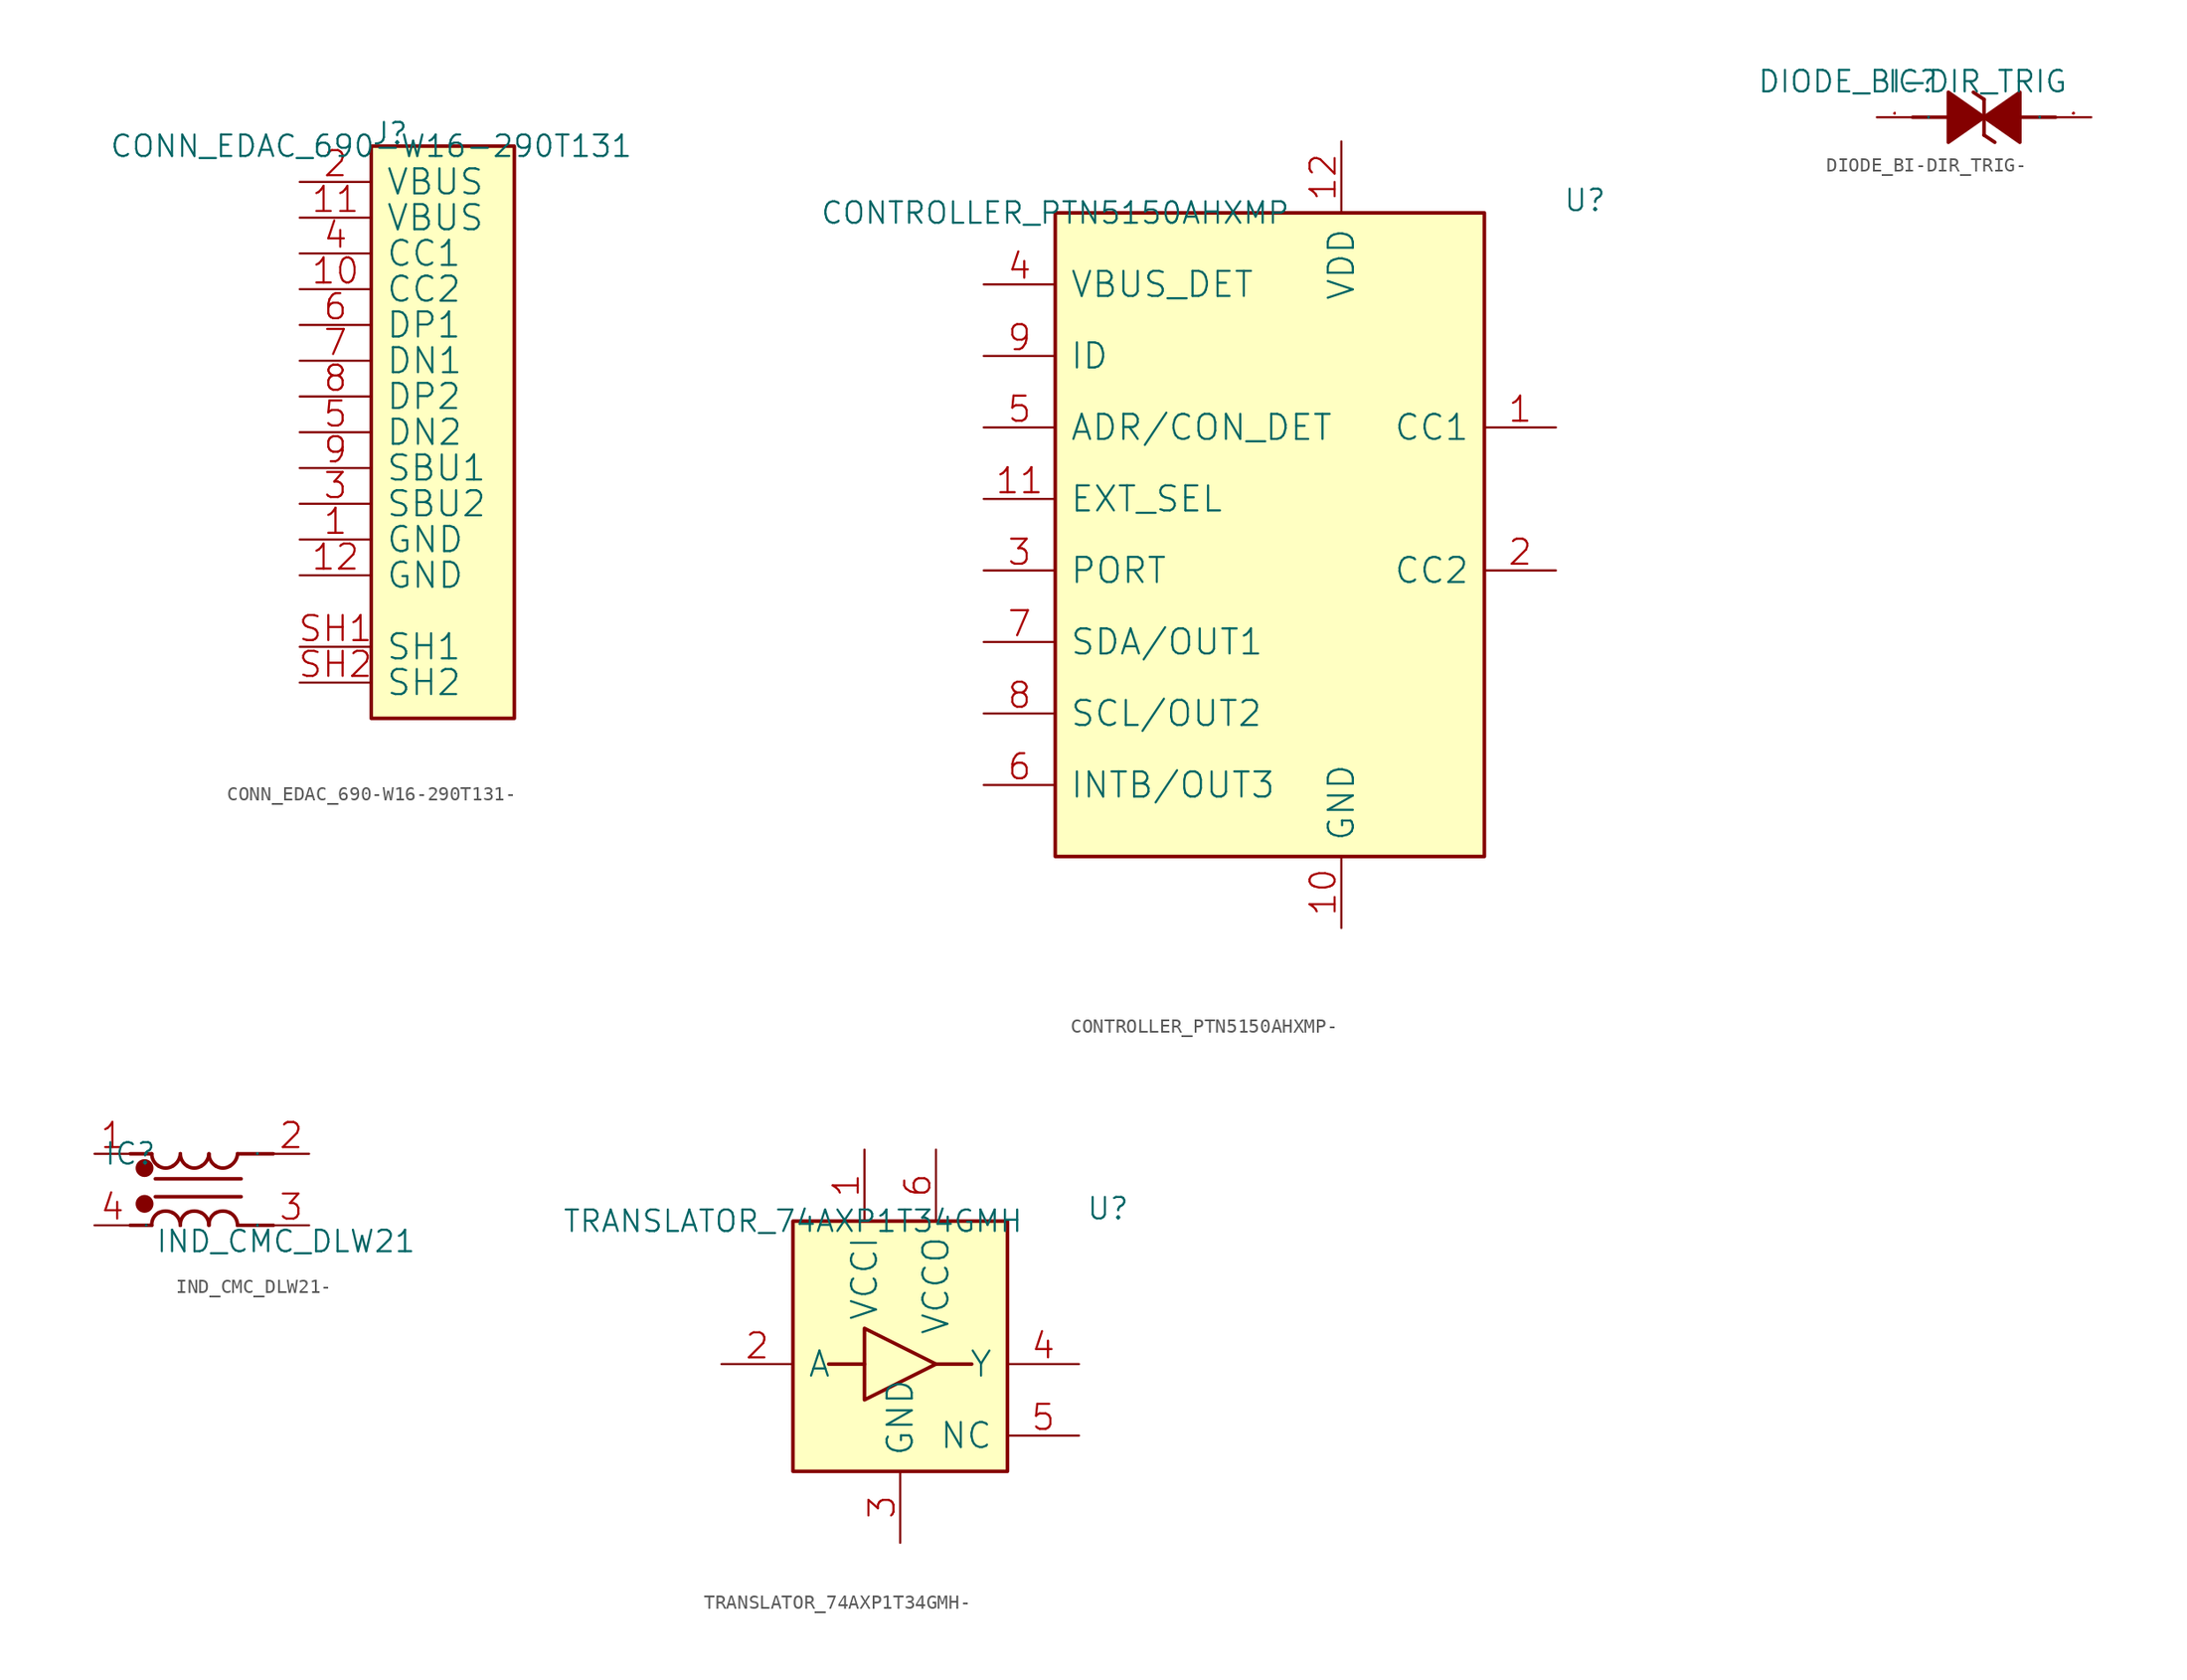
<source format=kicad_sym>
(kicad_symbol_lib
  (version 20220914)
  (generator kicad_symbol_editor)
  (symbol "CONN_EDAC_690-W16-290T131-"
    (pin_names
      (offset 1.016))
    (property "Reference" "J"
      (at 0 0 0)
      (effects (font (size 1.524 1.524)) (justify left bottom)))
    (property "Value" "CONN_EDAC_690-W16-290T131"
      (at 0 0 0)
      (effects (font (size 1.524 1.524))))
    (property "Footprint" ""
      (at 0 0 0)
      (effects (font (size 1.524 1.524))))
    (property "Datasheet" ""
      (at 0 0 0)
      (effects (font (size 1.524 1.524))))
    (symbol "CONN_EDAC_690-W16-290T131-_0_1"
      (rectangle (start 0 -40.64) (end 10.16 0) (stroke (width 0.254) (type solid)) (fill (type background)))
      (pin power_in line (at -5.08 -27.94 0) (length 5.08) (name "GND" (effects (font (size 1.778 1.778)))) (number "1" (effects (font (size 1.778 1.778)))))
      (pin passive line (at -5.08 -10.16 0) (length 5.08) (name "CC2" (effects (font (size 1.778 1.778)))) (number "10" (effects (font (size 1.778 1.778)))))
      (pin power_in line (at -5.08 -5.08 0) (length 5.08) (name "VBUS" (effects (font (size 1.778 1.778)))) (number "11" (effects (font (size 1.778 1.778)))))
      (pin power_in line (at -5.08 -30.48 0) (length 5.08) (name "GND" (effects (font (size 1.778 1.778)))) (number "12" (effects (font (size 1.778 1.778)))))
      (pin power_in line (at -5.08 -2.54 0) (length 5.08) (name "VBUS" (effects (font (size 1.778 1.778)))) (number "2" (effects (font (size 1.778 1.778)))))
      (pin passive line (at -5.08 -25.4 0) (length 5.08) (name "SBU2" (effects (font (size 1.778 1.778)))) (number "3" (effects (font (size 1.778 1.778)))))
      (pin passive line (at -5.08 -7.62 0) (length 5.08) (name "CC1" (effects (font (size 1.778 1.778)))) (number "4" (effects (font (size 1.778 1.778)))))
      (pin passive line (at -5.08 -20.32 0) (length 5.08) (name "DN2" (effects (font (size 1.778 1.778)))) (number "5" (effects (font (size 1.778 1.778)))))
      (pin passive line (at -5.08 -12.7 0) (length 5.08) (name "DP1" (effects (font (size 1.778 1.778)))) (number "6" (effects (font (size 1.778 1.778)))))
      (pin power_in line (at -5.08 -15.24 0) (length 5.08) (name "DN1" (effects (font (size 1.778 1.778)))) (number "7" (effects (font (size 1.778 1.778)))))
      (pin power_in line (at -5.08 -17.78 0) (length 5.08) (name "DP2" (effects (font (size 1.778 1.778)))) (number "8" (effects (font (size 1.778 1.778)))))
      (pin passive line (at -5.08 -22.86 0) (length 5.08) (name "SBU1" (effects (font (size 1.778 1.778)))) (number "9" (effects (font (size 1.778 1.778)))))
      (pin passive line (at -5.08 -35.56 0) (length 5.08) (name "SH1" (effects (font (size 1.778 1.778)))) (number "SH1" (effects (font (size 1.778 1.778)))))
      (pin passive line (at -5.08 -38.1 0) (length 5.08) (name "SH2" (effects (font (size 1.778 1.778)))) (number "SH2" (effects (font (size 1.778 1.778)))))))
  (symbol "CONTROLLER_PTN5150AHXMP-"
    (pin_names
      (offset 1.016))
    (property "Reference" "U"
      (at 36.068 0 0)
      (effects (font (size 1.524 1.524)) (justify left bottom)))
    (property "Value" "CONTROLLER_PTN5150AHXMP"
      (at 0 0 0)
      (effects (font (size 1.524 1.524))))
    (property "Footprint" ""
      (at 0 0 0)
      (effects (font (size 1.524 1.524))))
    (property "Datasheet" ""
      (at 0 0 0)
      (effects (font (size 1.524 1.524))))
    (symbol "CONTROLLER_PTN5150AHXMP-_0_1"
      (rectangle (start 0 -45.72) (end 30.48 0) (stroke (width 0.254) (type solid)) (fill (type background)))
      (pin bidirectional line (at 35.56 -15.24 180) (length 5.08) (name "CC1" (effects (font (size 1.778 1.778)))) (number "1" (effects (font (size 1.778 1.778)))))
      (pin power_in line (at 20.32 -50.8 90) (length 5.08) (name "GND" (effects (font (size 1.778 1.778)))) (number "10" (effects (font (size 1.778 1.778)))))
      (pin output line (at -5.08 -20.32 0) (length 5.08) (name "EXT_SEL" (effects (font (size 1.778 1.778)))) (number "11" (effects (font (size 1.778 1.778)))))
      (pin power_in line (at 20.32 5.08 270) (length 5.08) (name "VDD" (effects (font (size 1.778 1.778)))) (number "12" (effects (font (size 1.778 1.778)))))
      (pin bidirectional line (at 35.56 -25.4 180) (length 5.08) (name "CC2" (effects (font (size 1.778 1.778)))) (number "2" (effects (font (size 1.778 1.778)))))
      (pin input line (at -5.08 -25.4 0) (length 5.08) (name "PORT" (effects (font (size 1.778 1.778)))) (number "3" (effects (font (size 1.778 1.778)))))
      (pin input line (at -5.08 -5.08 0) (length 5.08) (name "VBUS_DET" (effects (font (size 1.778 1.778)))) (number "4" (effects (font (size 1.778 1.778)))))
      (pin bidirectional line (at -5.08 -15.24 0) (length 5.08) (name "ADR/CON_DET" (effects (font (size 1.778 1.778)))) (number "5" (effects (font (size 1.778 1.778)))))
      (pin output line (at -5.08 -40.64 0) (length 5.08) (name "INTB/OUT3" (effects (font (size 1.778 1.778)))) (number "6" (effects (font (size 1.778 1.778)))))
      (pin bidirectional line (at -5.08 -30.48 0) (length 5.08) (name "SDA/OUT1" (effects (font (size 1.778 1.778)))) (number "7" (effects (font (size 1.778 1.778)))))
      (pin bidirectional line (at -5.08 -35.56 0) (length 5.08) (name "SCL/OUT2" (effects (font (size 1.778 1.778)))) (number "8" (effects (font (size 1.778 1.778)))))
      (pin output line (at -5.08 -10.16 0) (length 5.08) (name "ID" (effects (font (size 1.778 1.778)))) (number "9" (effects (font (size 1.778 1.778)))))))
  (symbol "DIODE_BI-DIR_TRIG-"
    (pin_names
      (offset 1.016))
    (property "Reference" "IC"
      (at 0 0 0)
      (effects (font (size 1.524 1.524))))
    (property "Value" "DIODE_BI-DIR_TRIG"
      (at 0 0 0)
      (effects (font (size 1.524 1.524))))
    (property "Footprint" ""
      (at 0 0 0)
      (effects (font (size 1.524 1.524))))
    (property "Datasheet" ""
      (at 0 0 0)
      (effects (font (size 1.524 1.524))))
    (symbol "DIODE_BI-DIR_TRIG-_0_1"
      (polyline (pts (xy 0 -2.54) (xy 2.54 -2.54)) (stroke (width 0.254) (type solid)) (fill (type none)))
      (polyline (pts (xy 5.08 -3.81) (xy 5.842 -4.318)) (stroke (width 0.254) (type solid)) (fill (type none)))
      (polyline (pts (xy 5.08 -1.27) (xy 4.318 -0.762)) (stroke (width 0.254) (type solid)) (fill (type none)))
      (polyline (pts (xy 5.08 -1.27) (xy 5.08 -3.81)) (stroke (width 0.254) (type solid)) (fill (type none)))
      (polyline (pts (xy 7.62 -2.54) (xy 10.16 -2.54)) (stroke (width 0.254) (type solid)) (fill (type none)))
      (polyline (pts (xy 5.08 -2.54) (xy 5.08 -2.54) (xy 2.54 -4.318) (xy 2.54 -0.762) (xy 5.08 -2.54) (xy 5.08 -2.54)) (stroke (width 0.254) (type solid)) (fill (type outline)))
      (polyline (pts (xy 5.08 -2.54) (xy 5.08 -2.54) (xy 7.62 -0.762) (xy 7.62 -4.318) (xy 5.08 -2.54) (xy 5.08 -2.54)) (stroke (width 0.254) (type solid)) (fill (type outline)))
      (pin passive line (at -2.54 -2.54 0) (length 2.54) (name "1" (effects (font (size 0.025 0.025)))) (number "1" (effects (font (size 0.025 0.025)))))
      (pin passive line (at 12.7 -2.54 180) (length 2.54) (name "2" (effects (font (size 0.025 0.025)))) (number "2" (effects (font (size 0.025 0.025)))))))
  (symbol "IND_CMC_DLW21-"
    (pin_names
      (offset 1.016))
    (property "Reference" "IC"
      (at 0 0 0)
      (effects (font (size 1.524 1.524))))
    (property "Value" "IND_CMC_DLW21"
      (at 1.778 -7.112 0)
      (effects (font (size 1.524 1.524)) (justify left bottom)))
    (property "Footprint" ""
      (at 0 0 0)
      (effects (font (size 1.524 1.524))))
    (property "Datasheet" ""
      (at 0 0 0)
      (effects (font (size 1.524 1.524))))
    (symbol "IND_CMC_DLW21-_0_1"
      (polyline (pts (xy 0 -5.08) (xy 1.524 -5.08)) (stroke (width 0.254) (type solid)) (fill (type none)))
      (polyline (pts (xy 0 0) (xy 1.524 0)) (stroke (width 0.254) (type solid)) (fill (type none)))
      (polyline (pts (xy 1.778 -1.778) (xy 7.874 -1.778)) (stroke (width 0.254) (type solid)) (fill (type none)))
      (polyline (pts (xy 7.874 -3.048) (xy 1.778 -3.048)) (stroke (width 0.254) (type solid)) (fill (type none)))
      (polyline (pts (xy 10.16 -5.08) (xy 7.62 -5.08)) (stroke (width 0.254) (type solid)) (fill (type none)))
      (polyline (pts (xy 10.16 0) (xy 7.62 0)) (stroke (width 0.254) (type solid)) (fill (type none)))
      (polyline (pts (xy 1.016 -0.762) (xy 1.016 -0.762) (xy 1.016 -0.762)) (stroke (width 0.254) (type solid)) (fill (type none)))
      (circle (center 1.016 -3.556) (radius 0.508) (stroke (width 0.254) (type solid)) (fill (type outline)))
      (circle (center 1.016 -1.016) (radius 0.508) (stroke (width 0.254) (type solid)) (fill (type outline)))
      (pin passive line (at -2.54 0 0) (length 2.54) (name "1" (effects (font (size 0.025 0.025)))) (number "1" (effects (font (size 1.778 1.778)))))
      (pin passive line (at 12.7 0 180) (length 2.54) (name "2" (effects (font (size 0.025 0.025)))) (number "2" (effects (font (size 1.778 1.778)))))
      (pin passive line (at 12.7 -5.08 180) (length 2.54) (name "3" (effects (font (size 0.025 0.025)))) (number "3" (effects (font (size 1.778 1.778)))))
      (pin passive line (at -2.54 -5.08 0) (length 2.54) (name "4" (effects (font (size 0.025 0.025)))) (number "4" (effects (font (size 1.778 1.778))))))
    (symbol "IND_CMC_DLW21-_1_1"
      (arc (start 1.524 0) (mid 1.6527 -0.4949) (end 2.0066 -0.8636) (stroke (width 0.254) (type solid)) (fill (type none)))
      (arc (start 2.0066 -4.191) (mid 1.6378 -4.5692) (end 1.524 -5.08) (stroke (width 0.254) (type solid)) (fill (type none)))
      (arc (start 2.0066 -0.8636) (mid 2.5178 -1.0148) (end 3.0226 -0.8636) (stroke (width 0.254) (type solid)) (fill (type none)))
      (arc (start 3.0226 -4.191) (mid 2.5182 -4.0687) (end 2.0066 -4.191) (stroke (width 0.254) (type solid)) (fill (type none)))
      (arc (start 3.0226 -0.8636) (mid 3.3933 -0.5006) (end 3.556 0) (stroke (width 0.254) (type solid)) (fill (type none)))
      (arc (start 3.556 -5.08) (mid 3.4131 -4.5605) (end 3.0226 -4.191) (stroke (width 0.254) (type solid)) (fill (type none)))
      (arc (start 3.556 0) (mid 3.6847 -0.4949) (end 4.0386 -0.8636) (stroke (width 0.254) (type solid)) (fill (type none)))
      (arc (start 4.0386 -4.191) (mid 3.6698 -4.5692) (end 3.556 -5.08) (stroke (width 0.254) (type solid)) (fill (type none)))
      (arc (start 4.0386 -0.8636) (mid 4.5498 -1.0148) (end 5.0546 -0.8636) (stroke (width 0.254) (type solid)) (fill (type none)))
      (arc (start 5.0546 -4.191) (mid 4.5502 -4.0687) (end 4.0386 -4.191) (stroke (width 0.254) (type solid)) (fill (type none)))
      (arc (start 5.0546 -0.8636) (mid 5.4253 -0.5006) (end 5.588 0) (stroke (width 0.254) (type solid)) (fill (type none)))
      (arc (start 5.588 -5.08) (mid 5.4451 -4.5605) (end 5.0546 -4.191) (stroke (width 0.254) (type solid)) (fill (type none)))
      (arc (start 5.588 0) (mid 5.7167 -0.4949) (end 6.0706 -0.8636) (stroke (width 0.254) (type solid)) (fill (type none)))
      (arc (start 6.0706 -4.191) (mid 5.7018 -4.5692) (end 5.588 -5.08) (stroke (width 0.254) (type solid)) (fill (type none)))
      (arc (start 6.0706 -0.8636) (mid 6.5818 -1.0148) (end 7.0866 -0.8636) (stroke (width 0.254) (type solid)) (fill (type none)))
      (arc (start 7.0866 -4.191) (mid 6.5822 -4.0687) (end 6.0706 -4.191) (stroke (width 0.254) (type solid)) (fill (type none)))
      (arc (start 7.0866 -0.8636) (mid 7.4573 -0.5006) (end 7.62 0) (stroke (width 0.254) (type solid)) (fill (type none)))
      (arc (start 7.62 -5.08) (mid 7.4771 -4.5605) (end 7.0866 -4.191) (stroke (width 0.254) (type solid)) (fill (type none)))))
  (symbol "TRANSLATOR_74AXP1T34GMH-"
    (pin_names
      (offset 1.016))
    (property "Reference" "U"
      (at 20.828 0 0)
      (effects (font (size 1.524 1.524)) (justify left bottom)))
    (property "Value" "TRANSLATOR_74AXP1T34GMH"
      (at 0 0 0)
      (effects (font (size 1.524 1.524))))
    (property "Footprint" ""
      (at 0 0 0)
      (effects (font (size 1.524 1.524))))
    (property "Datasheet" ""
      (at 0 0 0)
      (effects (font (size 1.524 1.524))))
    (symbol "TRANSLATOR_74AXP1T34GMH-_0_1"
      (rectangle (start 0 -17.78) (end 15.24 0) (stroke (width 0.254) (type solid)) (fill (type background)))
      (polyline (pts (xy 5.08 -10.16) (xy 2.54 -10.16)) (stroke (width 0.254) (type solid)) (fill (type none)))
      (polyline (pts (xy 10.16 -10.16) (xy 12.7 -10.16)) (stroke (width 0.254) (type solid)) (fill (type none)))
      (polyline (pts (xy 5.08 -7.62) (xy 5.08 -12.7) (xy 10.16 -10.16) (xy 5.08 -7.62)) (stroke (width 0.254) (type solid)) (fill (type none)))
      (pin power_in line (at 5.08 5.08 270) (length 5.08) (name "VCCI" (effects (font (size 1.778 1.778)))) (number "1" (effects (font (size 1.778 1.778)))))
      (pin input line (at -5.08 -10.16 0) (length 5.08) (name "A" (effects (font (size 1.778 1.778)))) (number "2" (effects (font (size 1.778 1.778)))))
      (pin power_in line (at 7.62 -22.86 90) (length 5.08) (name "GND" (effects (font (size 1.778 1.778)))) (number "3" (effects (font (size 1.778 1.778)))))
      (pin output line (at 20.32 -10.16 180) (length 5.08) (name "Y" (effects (font (size 1.778 1.778)))) (number "4" (effects (font (size 1.778 1.778)))))
      (pin passive line (at 20.32 -15.24 180) (length 5.08) (name "NC" (effects (font (size 1.778 1.778)))) (number "5" (effects (font (size 1.778 1.778)))))
      (pin power_in line (at 10.16 5.08 270) (length 5.08) (name "VCCO" (effects (font (size 1.778 1.778)))) (number "6" (effects (font (size 1.778 1.778))))))))
</source>
